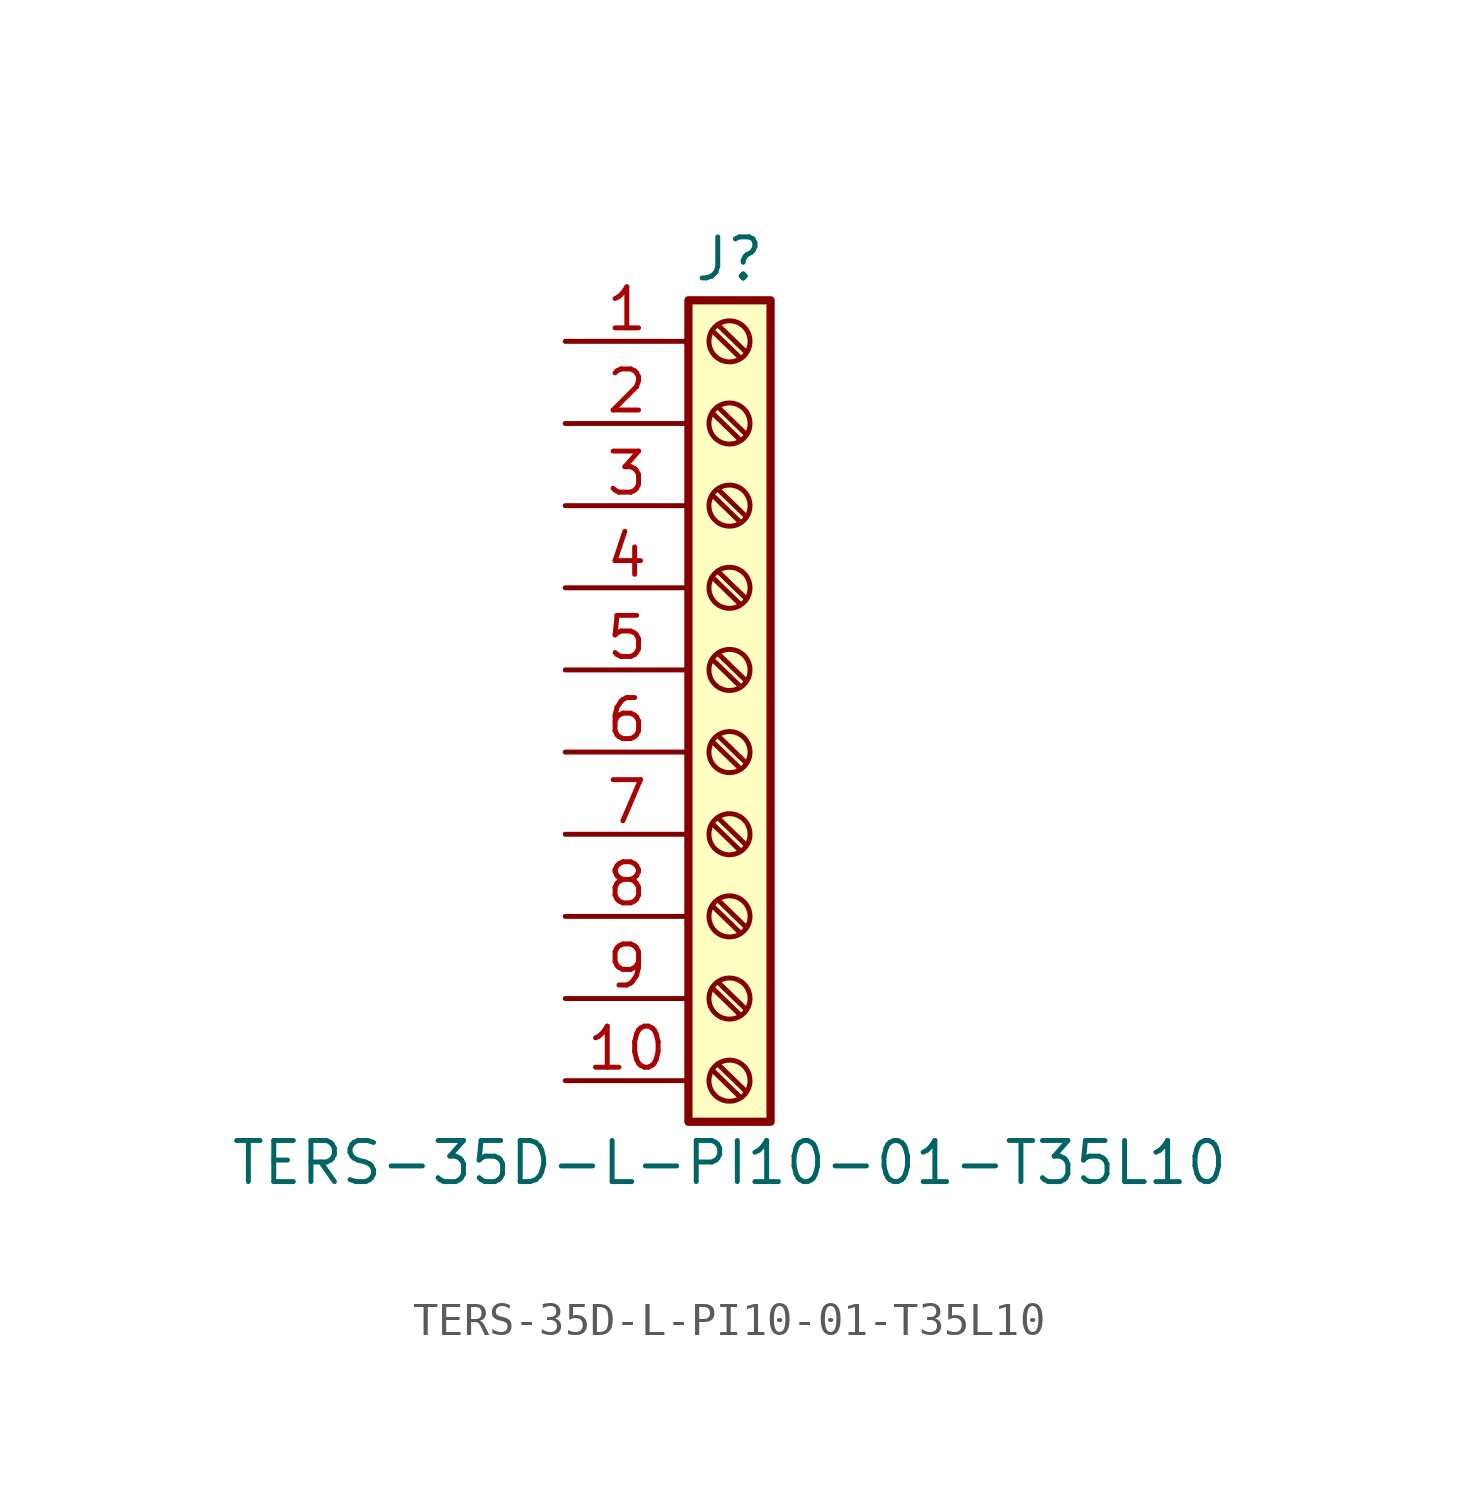
<source format=kicad_sym>
(kicad_symbol_lib
  (version 20211014)
  (generator kicad_symbol_editor)
  (symbol "TERS-35D-L-PI10-01-T35L10"
    (pin_names
      (offset 1.016) hide)
    (property "Reference" "J"
      (at 0 12.7 0)
      (effects (font (size 1.27 1.27))))
    (property "Value" "TERS-35D-L-PI10-01-T35L10"
      (at 0 -15.24 0)
      (effects (font (size 1.27 1.27))))
    (symbol "TERS-35D-L-PI10-01-T35L10_1_1"
      (rectangle (start -1.27 11.43) (end 1.27 -13.97) (stroke (width 0.254) (type default) (color 0 0 0 0)) (fill (type background)))
      (circle (center 0 -12.7) (radius 0.635) (stroke (width 0.152) (type default) (color 0 0 0 0)) (fill (type none)))
      (circle (center 0 -10.16) (radius 0.635) (stroke (width 0.152) (type default) (color 0 0 0 0)) (fill (type none)))
      (circle (center 0 -7.62) (radius 0.635) (stroke (width 0.152) (type default) (color 0 0 0 0)) (fill (type none)))
      (circle (center 0 -5.08) (radius 0.635) (stroke (width 0.152) (type default) (color 0 0 0 0)) (fill (type none)))
      (circle (center 0 -2.54) (radius 0.635) (stroke (width 0.152) (type default) (color 0 0 0 0)) (fill (type none)))
      (polyline (pts (xy -0.533 -12.37) (xy 0.33 -13.208)) (stroke (width 0.152) (type default) (color 0 0 0 0)) (fill (type none)))
      (polyline (pts (xy -0.533 -9.83) (xy 0.33 -10.668)) (stroke (width 0.152) (type default) (color 0 0 0 0)) (fill (type none)))
      (polyline (pts (xy -0.533 -7.29) (xy 0.33 -8.128)) (stroke (width 0.152) (type default) (color 0 0 0 0)) (fill (type none)))
      (polyline (pts (xy -0.533 -4.75) (xy 0.33 -5.588)) (stroke (width 0.152) (type default) (color 0 0 0 0)) (fill (type none)))
      (polyline (pts (xy -0.533 -2.21) (xy 0.33 -3.048)) (stroke (width 0.152) (type default) (color 0 0 0 0)) (fill (type none)))
      (polyline (pts (xy -0.533 0.33) (xy 0.33 -0.508)) (stroke (width 0.152) (type default) (color 0 0 0 0)) (fill (type none)))
      (polyline (pts (xy -0.533 2.87) (xy 0.33 2.032)) (stroke (width 0.152) (type default) (color 0 0 0 0)) (fill (type none)))
      (polyline (pts (xy -0.533 5.41) (xy 0.33 4.572)) (stroke (width 0.152) (type default) (color 0 0 0 0)) (fill (type none)))
      (polyline (pts (xy -0.533 7.95) (xy 0.33 7.112)) (stroke (width 0.152) (type default) (color 0 0 0 0)) (fill (type none)))
      (polyline (pts (xy -0.533 10.49) (xy 0.33 9.652)) (stroke (width 0.152) (type default) (color 0 0 0 0)) (fill (type none)))
      (polyline (pts (xy -0.356 -12.192) (xy 0.508 -13.03)) (stroke (width 0.152) (type default) (color 0 0 0 0)) (fill (type none)))
      (polyline (pts (xy -0.356 -9.652) (xy 0.508 -10.49)) (stroke (width 0.152) (type default) (color 0 0 0 0)) (fill (type none)))
      (polyline (pts (xy -0.356 -7.112) (xy 0.508 -7.95)) (stroke (width 0.152) (type default) (color 0 0 0 0)) (fill (type none)))
      (polyline (pts (xy -0.356 -4.572) (xy 0.508 -5.41)) (stroke (width 0.152) (type default) (color 0 0 0 0)) (fill (type none)))
      (polyline (pts (xy -0.356 -2.032) (xy 0.508 -2.87)) (stroke (width 0.152) (type default) (color 0 0 0 0)) (fill (type none)))
      (polyline (pts (xy -0.356 0.508) (xy 0.508 -0.33)) (stroke (width 0.152) (type default) (color 0 0 0 0)) (fill (type none)))
      (polyline (pts (xy -0.356 3.048) (xy 0.508 2.21)) (stroke (width 0.152) (type default) (color 0 0 0 0)) (fill (type none)))
      (polyline (pts (xy -0.356 5.588) (xy 0.508 4.75)) (stroke (width 0.152) (type default) (color 0 0 0 0)) (fill (type none)))
      (polyline (pts (xy -0.356 8.128) (xy 0.508 7.29)) (stroke (width 0.152) (type default) (color 0 0 0 0)) (fill (type none)))
      (polyline (pts (xy -0.356 10.668) (xy 0.508 9.83)) (stroke (width 0.152) (type default) (color 0 0 0 0)) (fill (type none)))
      (circle (center 0 0) (radius 0.635) (stroke (width 0.152) (type default) (color 0 0 0 0)) (fill (type none)))
      (circle (center 0 2.54) (radius 0.635) (stroke (width 0.152) (type default) (color 0 0 0 0)) (fill (type none)))
      (circle (center 0 5.08) (radius 0.635) (stroke (width 0.152) (type default) (color 0 0 0 0)) (fill (type none)))
      (circle (center 0 7.62) (radius 0.635) (stroke (width 0.152) (type default) (color 0 0 0 0)) (fill (type none)))
      (circle (center 0 10.16) (radius 0.635) (stroke (width 0.152) (type default) (color 0 0 0 0)) (fill (type none)))
      (pin passive line (at -5.08 10.16 0) (length 3.81) (name "Pin_1" (effects (font (size 1.27 1.27)))) (number "1" (effects (font (size 1.27 1.27)))))
      (pin passive line (at -5.08 -12.7 0) (length 3.81) (name "Pin_10" (effects (font (size 1.27 1.27)))) (number "10" (effects (font (size 1.27 1.27)))))
      (pin passive line (at -5.08 7.62 0) (length 3.81) (name "Pin_2" (effects (font (size 1.27 1.27)))) (number "2" (effects (font (size 1.27 1.27)))))
      (pin passive line (at -5.08 5.08 0) (length 3.81) (name "Pin_3" (effects (font (size 1.27 1.27)))) (number "3" (effects (font (size 1.27 1.27)))))
      (pin passive line (at -5.08 2.54 0) (length 3.81) (name "Pin_4" (effects (font (size 1.27 1.27)))) (number "4" (effects (font (size 1.27 1.27)))))
      (pin passive line (at -5.08 0 0) (length 3.81) (name "Pin_5" (effects (font (size 1.27 1.27)))) (number "5" (effects (font (size 1.27 1.27)))))
      (pin passive line (at -5.08 -2.54 0) (length 3.81) (name "Pin_6" (effects (font (size 1.27 1.27)))) (number "6" (effects (font (size 1.27 1.27)))))
      (pin passive line (at -5.08 -5.08 0) (length 3.81) (name "Pin_7" (effects (font (size 1.27 1.27)))) (number "7" (effects (font (size 1.27 1.27)))))
      (pin passive line (at -5.08 -7.62 0) (length 3.81) (name "Pin_8" (effects (font (size 1.27 1.27)))) (number "8" (effects (font (size 1.27 1.27)))))
      (pin passive line (at -5.08 -10.16 0) (length 3.81) (name "Pin_9" (effects (font (size 1.27 1.27)))) (number "9" (effects (font (size 1.27 1.27))))))))
</source>
